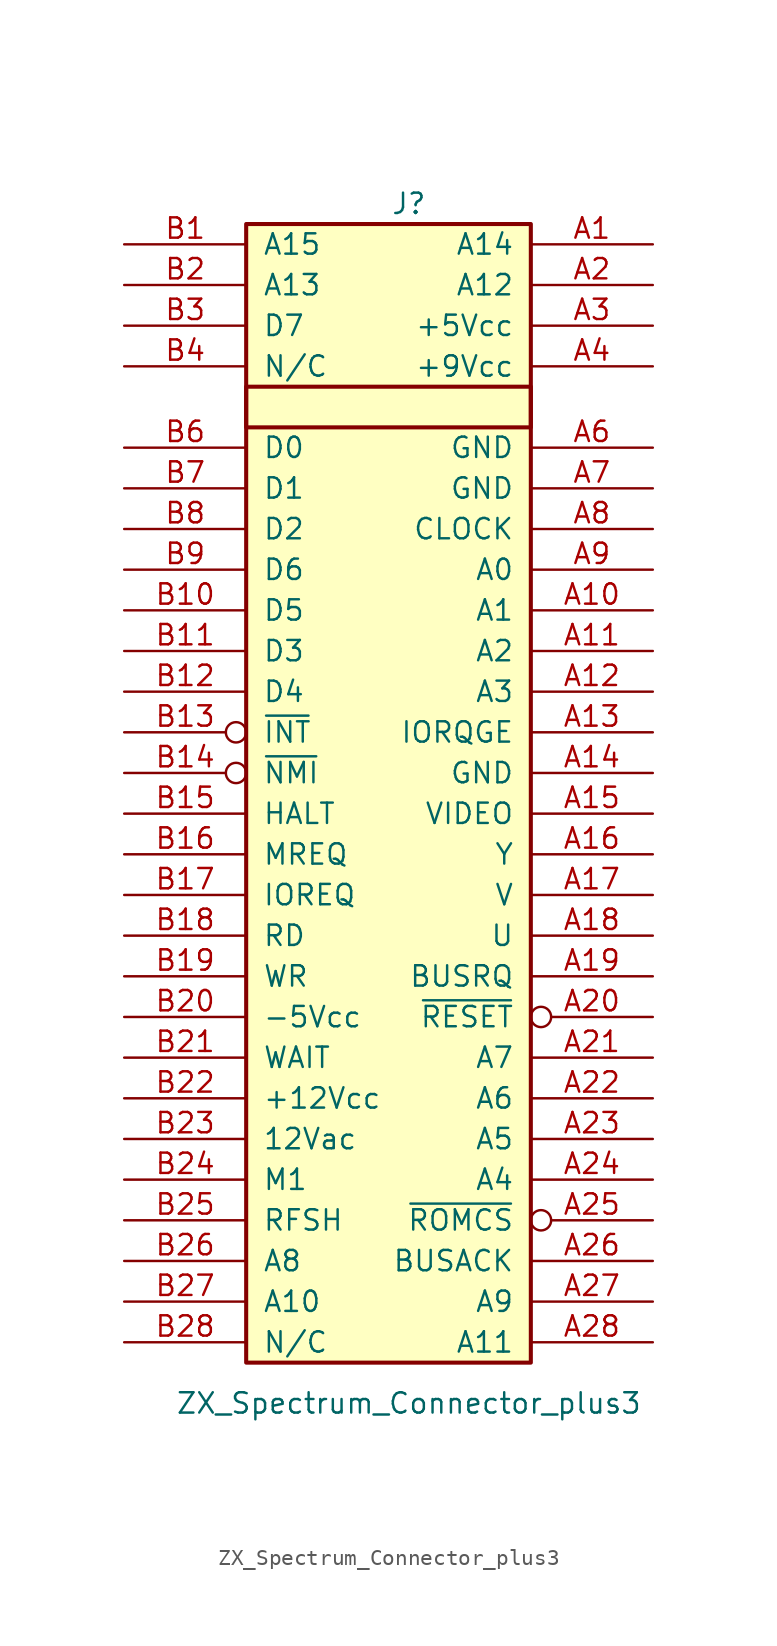
<source format=kicad_sym>
(kicad_symbol_lib
  (version 20220914)
  (generator kicad_symbol_editor)
  (symbol "ZX_Spectrum_Connector_plus3"
    (pin_names
      (offset 1.016))
    (property "Reference" "J"
      (at 1.27 36.83 0)
      (effects (font (size 1.27 1.27))))
    (property "Value" "ZX_Spectrum_Connector_plus3"
      (at 1.27 -38.1 0)
      (effects (font (size 1.27 1.27))))
    (symbol "ZX_Spectrum_Connector_plus3_1_1"
      (rectangle (start -8.89 25.4) (end 8.89 22.86) (stroke (width 0.254) (type default)) (fill (type none)))
      (rectangle (start -8.89 35.56) (end 8.89 -35.56) (stroke (width 0.254) (type default)) (fill (type background)))
      (pin bidirectional line (at 16.51 34.29 180) (length 7.62) (name "A14" (effects (font (size 1.27 1.27)))) (number "A1" (effects (font (size 1.27 1.27)))))
      (pin bidirectional line (at 16.51 11.43 180) (length 7.62) (name "A1" (effects (font (size 1.27 1.27)))) (number "A10" (effects (font (size 1.27 1.27)))))
      (pin bidirectional line (at 16.51 8.89 180) (length 7.62) (name "A2" (effects (font (size 1.27 1.27)))) (number "A11" (effects (font (size 1.27 1.27)))))
      (pin bidirectional line (at 16.51 6.35 180) (length 7.62) (name "A3" (effects (font (size 1.27 1.27)))) (number "A12" (effects (font (size 1.27 1.27)))))
      (pin bidirectional line (at 16.51 3.81 180) (length 7.62) (name "IORQGE" (effects (font (size 1.27 1.27)))) (number "A13" (effects (font (size 1.27 1.27)))))
      (pin bidirectional line (at 16.51 1.27 180) (length 7.62) (name "GND" (effects (font (size 1.27 1.27)))) (number "A14" (effects (font (size 1.27 1.27)))))
      (pin bidirectional line (at 16.51 -1.27 180) (length 7.62) (name "VIDEO" (effects (font (size 1.27 1.27)))) (number "A15" (effects (font (size 1.27 1.27)))))
      (pin bidirectional line (at 16.51 -3.81 180) (length 7.62) (name "Y" (effects (font (size 1.27 1.27)))) (number "A16" (effects (font (size 1.27 1.27)))))
      (pin bidirectional line (at 16.51 -6.35 180) (length 7.62) (name "V" (effects (font (size 1.27 1.27)))) (number "A17" (effects (font (size 1.27 1.27)))))
      (pin bidirectional line (at 16.51 -8.89 180) (length 7.62) (name "U" (effects (font (size 1.27 1.27)))) (number "A18" (effects (font (size 1.27 1.27)))))
      (pin bidirectional line (at 16.51 -11.43 180) (length 7.62) (name "BUSRQ" (effects (font (size 1.27 1.27)))) (number "A19" (effects (font (size 1.27 1.27)))))
      (pin bidirectional line (at 16.51 31.75 180) (length 7.62) (name "A12" (effects (font (size 1.27 1.27)))) (number "A2" (effects (font (size 1.27 1.27)))))
      (pin bidirectional inverted (at 16.51 -13.97 180) (length 7.62) (name "~{RESET}" (effects (font (size 1.27 1.27)))) (number "A20" (effects (font (size 1.27 1.27)))))
      (pin bidirectional line (at 16.51 -16.51 180) (length 7.62) (name "A7" (effects (font (size 1.27 1.27)))) (number "A21" (effects (font (size 1.27 1.27)))))
      (pin bidirectional line (at 16.51 -19.05 180) (length 7.62) (name "A6" (effects (font (size 1.27 1.27)))) (number "A22" (effects (font (size 1.27 1.27)))))
      (pin bidirectional line (at 16.51 -21.59 180) (length 7.62) (name "A5" (effects (font (size 1.27 1.27)))) (number "A23" (effects (font (size 1.27 1.27)))))
      (pin bidirectional line (at 16.51 -24.13 180) (length 7.62) (name "A4" (effects (font (size 1.27 1.27)))) (number "A24" (effects (font (size 1.27 1.27)))))
      (pin bidirectional inverted (at 16.51 -26.67 180) (length 7.62) (name "~{ROMCS}" (effects (font (size 1.27 1.27)))) (number "A25" (effects (font (size 1.27 1.27)))))
      (pin bidirectional line (at 16.51 -29.21 180) (length 7.62) (name "BUSACK" (effects (font (size 1.27 1.27)))) (number "A26" (effects (font (size 1.27 1.27)))))
      (pin bidirectional line (at 16.51 -31.75 180) (length 7.62) (name "A9" (effects (font (size 1.27 1.27)))) (number "A27" (effects (font (size 1.27 1.27)))))
      (pin bidirectional line (at 16.51 -34.29 180) (length 7.62) (name "A11" (effects (font (size 1.27 1.27)))) (number "A28" (effects (font (size 1.27 1.27)))))
      (pin bidirectional line (at 16.51 29.21 180) (length 7.62) (name "+5Vcc" (effects (font (size 1.27 1.27)))) (number "A3" (effects (font (size 1.27 1.27)))))
      (pin bidirectional line (at 16.51 26.67 180) (length 7.62) (name "+9Vcc" (effects (font (size 1.27 1.27)))) (number "A4" (effects (font (size 1.27 1.27)))))
      (pin bidirectional line (at 16.51 21.59 180) (length 7.62) (name "GND" (effects (font (size 1.27 1.27)))) (number "A6" (effects (font (size 1.27 1.27)))))
      (pin bidirectional line (at 16.51 19.05 180) (length 7.62) (name "GND" (effects (font (size 1.27 1.27)))) (number "A7" (effects (font (size 1.27 1.27)))))
      (pin bidirectional line (at 16.51 16.51 180) (length 7.62) (name "CLOCK" (effects (font (size 1.27 1.27)))) (number "A8" (effects (font (size 1.27 1.27)))))
      (pin bidirectional line (at 16.51 13.97 180) (length 7.62) (name "A0" (effects (font (size 1.27 1.27)))) (number "A9" (effects (font (size 1.27 1.27)))))
      (pin bidirectional line (at -16.51 34.29 0) (length 7.62) (name "A15" (effects (font (size 1.27 1.27)))) (number "B1" (effects (font (size 1.27 1.27)))))
      (pin bidirectional line (at -16.51 11.43 0) (length 7.62) (name "D5" (effects (font (size 1.27 1.27)))) (number "B10" (effects (font (size 1.27 1.27)))))
      (pin bidirectional line (at -16.51 8.89 0) (length 7.62) (name "D3" (effects (font (size 1.27 1.27)))) (number "B11" (effects (font (size 1.27 1.27)))))
      (pin bidirectional line (at -16.51 6.35 0) (length 7.62) (name "D4" (effects (font (size 1.27 1.27)))) (number "B12" (effects (font (size 1.27 1.27)))))
      (pin bidirectional inverted (at -16.51 3.81 0) (length 7.62) (name "~{INT}" (effects (font (size 1.27 1.27)))) (number "B13" (effects (font (size 1.27 1.27)))))
      (pin bidirectional inverted (at -16.51 1.27 0) (length 7.62) (name "~{NMI}" (effects (font (size 1.27 1.27)))) (number "B14" (effects (font (size 1.27 1.27)))))
      (pin bidirectional line (at -16.51 -1.27 0) (length 7.62) (name "HALT" (effects (font (size 1.27 1.27)))) (number "B15" (effects (font (size 1.27 1.27)))))
      (pin bidirectional line (at -16.51 -3.81 0) (length 7.62) (name "MREQ" (effects (font (size 1.27 1.27)))) (number "B16" (effects (font (size 1.27 1.27)))))
      (pin bidirectional line (at -16.51 -6.35 0) (length 7.62) (name "IOREQ" (effects (font (size 1.27 1.27)))) (number "B17" (effects (font (size 1.27 1.27)))))
      (pin bidirectional line (at -16.51 -8.89 0) (length 7.62) (name "RD" (effects (font (size 1.27 1.27)))) (number "B18" (effects (font (size 1.27 1.27)))))
      (pin bidirectional line (at -16.51 -11.43 0) (length 7.62) (name "WR" (effects (font (size 1.27 1.27)))) (number "B19" (effects (font (size 1.27 1.27)))))
      (pin bidirectional line (at -16.51 31.75 0) (length 7.62) (name "A13" (effects (font (size 1.27 1.27)))) (number "B2" (effects (font (size 1.27 1.27)))))
      (pin bidirectional line (at -16.51 -13.97 0) (length 7.62) (name "-5Vcc" (effects (font (size 1.27 1.27)))) (number "B20" (effects (font (size 1.27 1.27)))))
      (pin bidirectional line (at -16.51 -16.51 0) (length 7.62) (name "WAIT" (effects (font (size 1.27 1.27)))) (number "B21" (effects (font (size 1.27 1.27)))))
      (pin bidirectional line (at -16.51 -19.05 0) (length 7.62) (name "+12Vcc" (effects (font (size 1.27 1.27)))) (number "B22" (effects (font (size 1.27 1.27)))))
      (pin bidirectional line (at -16.51 -21.59 0) (length 7.62) (name "12Vac" (effects (font (size 1.27 1.27)))) (number "B23" (effects (font (size 1.27 1.27)))))
      (pin bidirectional line (at -16.51 -24.13 0) (length 7.62) (name "M1" (effects (font (size 1.27 1.27)))) (number "B24" (effects (font (size 1.27 1.27)))))
      (pin bidirectional line (at -16.51 -26.67 0) (length 7.62) (name "RFSH" (effects (font (size 1.27 1.27)))) (number "B25" (effects (font (size 1.27 1.27)))))
      (pin bidirectional line (at -16.51 -29.21 0) (length 7.62) (name "A8" (effects (font (size 1.27 1.27)))) (number "B26" (effects (font (size 1.27 1.27)))))
      (pin bidirectional line (at -16.51 -31.75 0) (length 7.62) (name "A10" (effects (font (size 1.27 1.27)))) (number "B27" (effects (font (size 1.27 1.27)))))
      (pin unspecified line (at -16.51 -34.29 0) (length 7.62) (name "N/C" (effects (font (size 1.27 1.27)))) (number "B28" (effects (font (size 1.27 1.27)))))
      (pin bidirectional line (at -16.51 29.21 0) (length 7.62) (name "D7" (effects (font (size 1.27 1.27)))) (number "B3" (effects (font (size 1.27 1.27)))))
      (pin unspecified line (at -16.51 26.67 0) (length 7.62) (name "N/C" (effects (font (size 1.27 1.27)))) (number "B4" (effects (font (size 1.27 1.27)))))
      (pin bidirectional line (at -16.51 21.59 0) (length 7.62) (name "D0" (effects (font (size 1.27 1.27)))) (number "B6" (effects (font (size 1.27 1.27)))))
      (pin bidirectional line (at -16.51 19.05 0) (length 7.62) (name "D1" (effects (font (size 1.27 1.27)))) (number "B7" (effects (font (size 1.27 1.27)))))
      (pin bidirectional line (at -16.51 16.51 0) (length 7.62) (name "D2" (effects (font (size 1.27 1.27)))) (number "B8" (effects (font (size 1.27 1.27)))))
      (pin bidirectional line (at -16.51 13.97 0) (length 7.62) (name "D6" (effects (font (size 1.27 1.27)))) (number "B9" (effects (font (size 1.27 1.27))))))))
</source>
